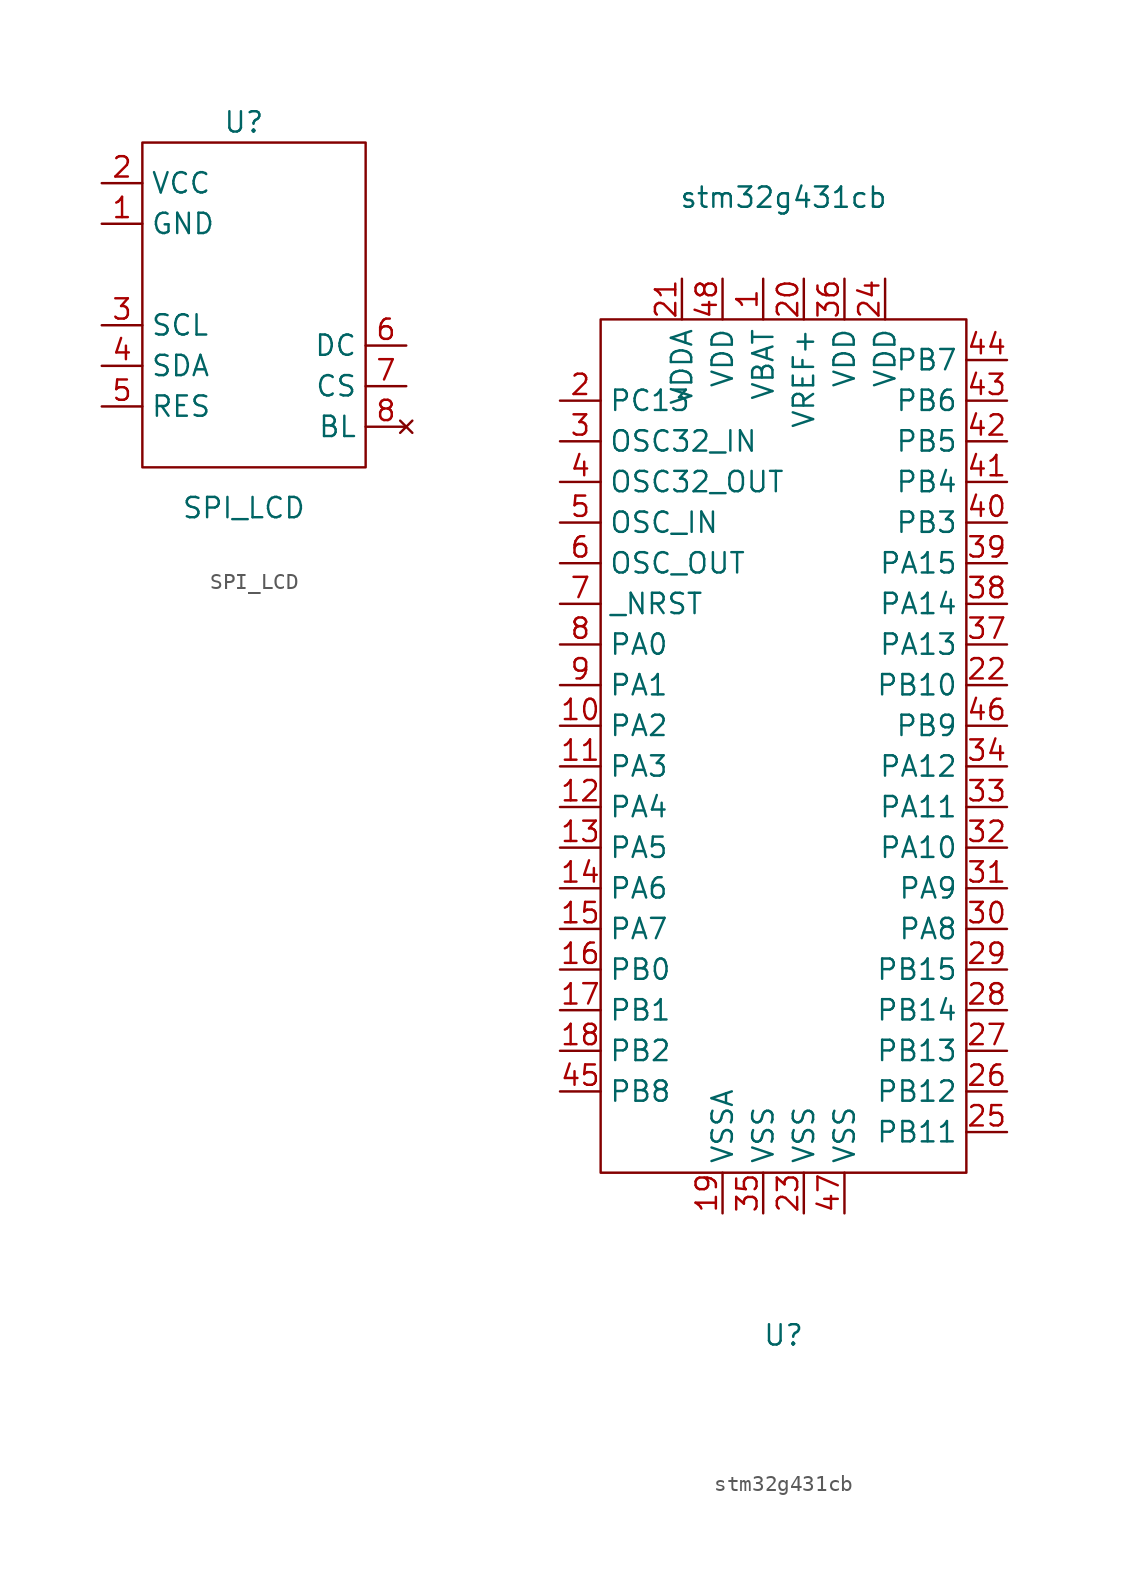
<source format=kicad_sym>
(kicad_symbol_lib
  (version 20211014)
  (generator kicad_symbol_editor)
  (symbol "SPI_LCD"
    (property "Reference" "U"
      (at 0 12.7 0)
      (effects (font (size 1.27 1.27))))
    (property "Value" "SPI_LCD"
      (at 0 -11.43 0)
      (effects (font (size 1.27 1.27))))
    (symbol "SPI_LCD_0_1"
      (rectangle (start -6.35 11.43) (end 7.62 -8.89) (stroke (width 0) (type default) (color 0 0 0 0)) (fill (type none))))
    (symbol "SPI_LCD_1_1"
      (pin power_in line (at -8.89 6.35 0) (length 2.54) (name "GND" (effects (font (size 1.27 1.27)))) (number "1" (effects (font (size 1.27 1.27)))))
      (pin power_in line (at -8.89 8.89 0) (length 2.54) (name "VCC" (effects (font (size 1.27 1.27)))) (number "2" (effects (font (size 1.27 1.27)))))
      (pin input line (at -8.89 0 0) (length 2.54) (name "SCL" (effects (font (size 1.27 1.27)))) (number "3" (effects (font (size 1.27 1.27)))))
      (pin input line (at -8.89 -2.54 0) (length 2.54) (name "SDA" (effects (font (size 1.27 1.27)))) (number "4" (effects (font (size 1.27 1.27)))))
      (pin input line (at -8.89 -5.08 0) (length 2.54) (name "RES" (effects (font (size 1.27 1.27)))) (number "5" (effects (font (size 1.27 1.27)))))
      (pin input line (at 10.16 -1.27 180) (length 2.54) (name "DC" (effects (font (size 1.27 1.27)))) (number "6" (effects (font (size 1.27 1.27)))))
      (pin input line (at 10.16 -3.81 180) (length 2.54) (name "CS" (effects (font (size 1.27 1.27)))) (number "7" (effects (font (size 1.27 1.27)))))
      (pin no_connect line (at 10.16 -6.35 180) (length 2.54) (name "BL" (effects (font (size 1.27 1.27)))) (number "8" (effects (font (size 1.27 1.27)))))))
  (symbol "stm32g431cb"
    (property "Reference" "U"
      (at 0 -26.67 0)
      (effects (font (size 1.27 1.27))))
    (property "Value" "stm32g431cb"
      (at 0 44.45 0)
      (effects (font (size 1.27 1.27))))
    (symbol "stm32g431cb_0_1"
      (rectangle (start -11.43 36.83) (end 11.43 -16.51) (stroke (width 0) (type default) (color 0 0 0 0)) (fill (type none))))
    (symbol "stm32g431cb_1_1"
      (pin power_in line (at -1.27 39.37 270) (length 2.54) (name "VBAT" (effects (font (size 1.27 1.27)))) (number "1" (effects (font (size 1.27 1.27)))))
      (pin bidirectional line (at -13.97 11.43 0) (length 2.54) (name "PA2" (effects (font (size 1.27 1.27)))) (number "10" (effects (font (size 1.27 1.27)))))
      (pin bidirectional line (at -13.97 8.89 0) (length 2.54) (name "PA3" (effects (font (size 1.27 1.27)))) (number "11" (effects (font (size 1.27 1.27)))))
      (pin bidirectional line (at -13.97 6.35 0) (length 2.54) (name "PA4" (effects (font (size 1.27 1.27)))) (number "12" (effects (font (size 1.27 1.27)))))
      (pin bidirectional line (at -13.97 3.81 0) (length 2.54) (name "PA5" (effects (font (size 1.27 1.27)))) (number "13" (effects (font (size 1.27 1.27)))))
      (pin bidirectional line (at -13.97 1.27 0) (length 2.54) (name "PA6" (effects (font (size 1.27 1.27)))) (number "14" (effects (font (size 1.27 1.27)))))
      (pin bidirectional line (at -13.97 -1.27 0) (length 2.54) (name "PA7" (effects (font (size 1.27 1.27)))) (number "15" (effects (font (size 1.27 1.27)))))
      (pin bidirectional line (at -13.97 -3.81 0) (length 2.54) (name "PB0" (effects (font (size 1.27 1.27)))) (number "16" (effects (font (size 1.27 1.27)))))
      (pin bidirectional line (at -13.97 -6.35 0) (length 2.54) (name "PB1" (effects (font (size 1.27 1.27)))) (number "17" (effects (font (size 1.27 1.27)))))
      (pin bidirectional line (at -13.97 -8.89 0) (length 2.54) (name "PB2" (effects (font (size 1.27 1.27)))) (number "18" (effects (font (size 1.27 1.27)))))
      (pin power_in line (at -3.81 -19.05 90) (length 2.54) (name "VSSA" (effects (font (size 1.27 1.27)))) (number "19" (effects (font (size 1.27 1.27)))))
      (pin bidirectional line (at -13.97 31.75 0) (length 2.54) (name "PC13" (effects (font (size 1.27 1.27)))) (number "2" (effects (font (size 1.27 1.27)))))
      (pin power_in line (at 1.27 39.37 270) (length 2.54) (name "VREF+" (effects (font (size 1.27 1.27)))) (number "20" (effects (font (size 1.27 1.27)))))
      (pin power_in line (at -6.35 39.37 270) (length 2.54) (name "VDDA" (effects (font (size 1.27 1.27)))) (number "21" (effects (font (size 1.27 1.27)))))
      (pin bidirectional line (at 13.97 13.97 180) (length 2.54) (name "PB10" (effects (font (size 1.27 1.27)))) (number "22" (effects (font (size 1.27 1.27)))))
      (pin power_in line (at 1.27 -19.05 90) (length 2.54) (name "VSS" (effects (font (size 1.27 1.27)))) (number "23" (effects (font (size 1.27 1.27)))))
      (pin power_in line (at 6.35 39.37 270) (length 2.54) (name "VDD" (effects (font (size 1.27 1.27)))) (number "24" (effects (font (size 1.27 1.27)))))
      (pin bidirectional line (at 13.97 -13.97 180) (length 2.54) (name "PB11" (effects (font (size 1.27 1.27)))) (number "25" (effects (font (size 1.27 1.27)))))
      (pin bidirectional line (at 13.97 -11.43 180) (length 2.54) (name "PB12" (effects (font (size 1.27 1.27)))) (number "26" (effects (font (size 1.27 1.27)))))
      (pin bidirectional line (at 13.97 -8.89 180) (length 2.54) (name "PB13" (effects (font (size 1.27 1.27)))) (number "27" (effects (font (size 1.27 1.27)))))
      (pin bidirectional line (at 13.97 -6.35 180) (length 2.54) (name "PB14" (effects (font (size 1.27 1.27)))) (number "28" (effects (font (size 1.27 1.27)))))
      (pin bidirectional line (at 13.97 -3.81 180) (length 2.54) (name "PB15" (effects (font (size 1.27 1.27)))) (number "29" (effects (font (size 1.27 1.27)))))
      (pin bidirectional line (at -13.97 29.21 0) (length 2.54) (name "OSC32_IN" (effects (font (size 1.27 1.27)))) (number "3" (effects (font (size 1.27 1.27)))))
      (pin bidirectional line (at 13.97 -1.27 180) (length 2.54) (name "PA8" (effects (font (size 1.27 1.27)))) (number "30" (effects (font (size 1.27 1.27)))))
      (pin bidirectional line (at 13.97 1.27 180) (length 2.54) (name "PA9" (effects (font (size 1.27 1.27)))) (number "31" (effects (font (size 1.27 1.27)))))
      (pin bidirectional line (at 13.97 3.81 180) (length 2.54) (name "PA10" (effects (font (size 1.27 1.27)))) (number "32" (effects (font (size 1.27 1.27)))))
      (pin bidirectional line (at 13.97 6.35 180) (length 2.54) (name "PA11" (effects (font (size 1.27 1.27)))) (number "33" (effects (font (size 1.27 1.27)))))
      (pin bidirectional line (at 13.97 8.89 180) (length 2.54) (name "PA12" (effects (font (size 1.27 1.27)))) (number "34" (effects (font (size 1.27 1.27)))))
      (pin power_in line (at -1.27 -19.05 90) (length 2.54) (name "VSS" (effects (font (size 1.27 1.27)))) (number "35" (effects (font (size 1.27 1.27)))))
      (pin power_in line (at 3.81 39.37 270) (length 2.54) (name "VDD" (effects (font (size 1.27 1.27)))) (number "36" (effects (font (size 1.27 1.27)))))
      (pin bidirectional line (at 13.97 16.51 180) (length 2.54) (name "PA13" (effects (font (size 1.27 1.27)))) (number "37" (effects (font (size 1.27 1.27)))))
      (pin bidirectional line (at 13.97 19.05 180) (length 2.54) (name "PA14" (effects (font (size 1.27 1.27)))) (number "38" (effects (font (size 1.27 1.27)))))
      (pin bidirectional line (at 13.97 21.59 180) (length 2.54) (name "PA15" (effects (font (size 1.27 1.27)))) (number "39" (effects (font (size 1.27 1.27)))))
      (pin bidirectional line (at -13.97 26.67 0) (length 2.54) (name "OSC32_OUT" (effects (font (size 1.27 1.27)))) (number "4" (effects (font (size 1.27 1.27)))))
      (pin bidirectional line (at 13.97 24.13 180) (length 2.54) (name "PB3" (effects (font (size 1.27 1.27)))) (number "40" (effects (font (size 1.27 1.27)))))
      (pin bidirectional line (at 13.97 26.67 180) (length 2.54) (name "PB4" (effects (font (size 1.27 1.27)))) (number "41" (effects (font (size 1.27 1.27)))))
      (pin bidirectional line (at 13.97 29.21 180) (length 2.54) (name "PB5" (effects (font (size 1.27 1.27)))) (number "42" (effects (font (size 1.27 1.27)))))
      (pin bidirectional line (at 13.97 31.75 180) (length 2.54) (name "PB6" (effects (font (size 1.27 1.27)))) (number "43" (effects (font (size 1.27 1.27)))))
      (pin bidirectional line (at 13.97 34.29 180) (length 2.54) (name "PB7" (effects (font (size 1.27 1.27)))) (number "44" (effects (font (size 1.27 1.27)))))
      (pin bidirectional line (at -13.97 -11.43 0) (length 2.54) (name "PB8" (effects (font (size 1.27 1.27)))) (number "45" (effects (font (size 1.27 1.27)))))
      (pin bidirectional line (at 13.97 11.43 180) (length 2.54) (name "PB9" (effects (font (size 1.27 1.27)))) (number "46" (effects (font (size 1.27 1.27)))))
      (pin power_in line (at 3.81 -19.05 90) (length 2.54) (name "VSS" (effects (font (size 1.27 1.27)))) (number "47" (effects (font (size 1.27 1.27)))))
      (pin power_in line (at -3.81 39.37 270) (length 2.54) (name "VDD" (effects (font (size 1.27 1.27)))) (number "48" (effects (font (size 1.27 1.27)))))
      (pin bidirectional line (at -13.97 24.13 0) (length 2.54) (name "OSC_IN" (effects (font (size 1.27 1.27)))) (number "5" (effects (font (size 1.27 1.27)))))
      (pin bidirectional line (at -13.97 21.59 0) (length 2.54) (name "OSC_OUT" (effects (font (size 1.27 1.27)))) (number "6" (effects (font (size 1.27 1.27)))))
      (pin bidirectional line (at -13.97 19.05 0) (length 2.54) (name "_NRST" (effects (font (size 1.27 1.27)))) (number "7" (effects (font (size 1.27 1.27)))))
      (pin bidirectional line (at -13.97 16.51 0) (length 2.54) (name "PA0" (effects (font (size 1.27 1.27)))) (number "8" (effects (font (size 1.27 1.27)))))
      (pin bidirectional line (at -13.97 13.97 0) (length 2.54) (name "PA1" (effects (font (size 1.27 1.27)))) (number "9" (effects (font (size 1.27 1.27))))))))
</source>
